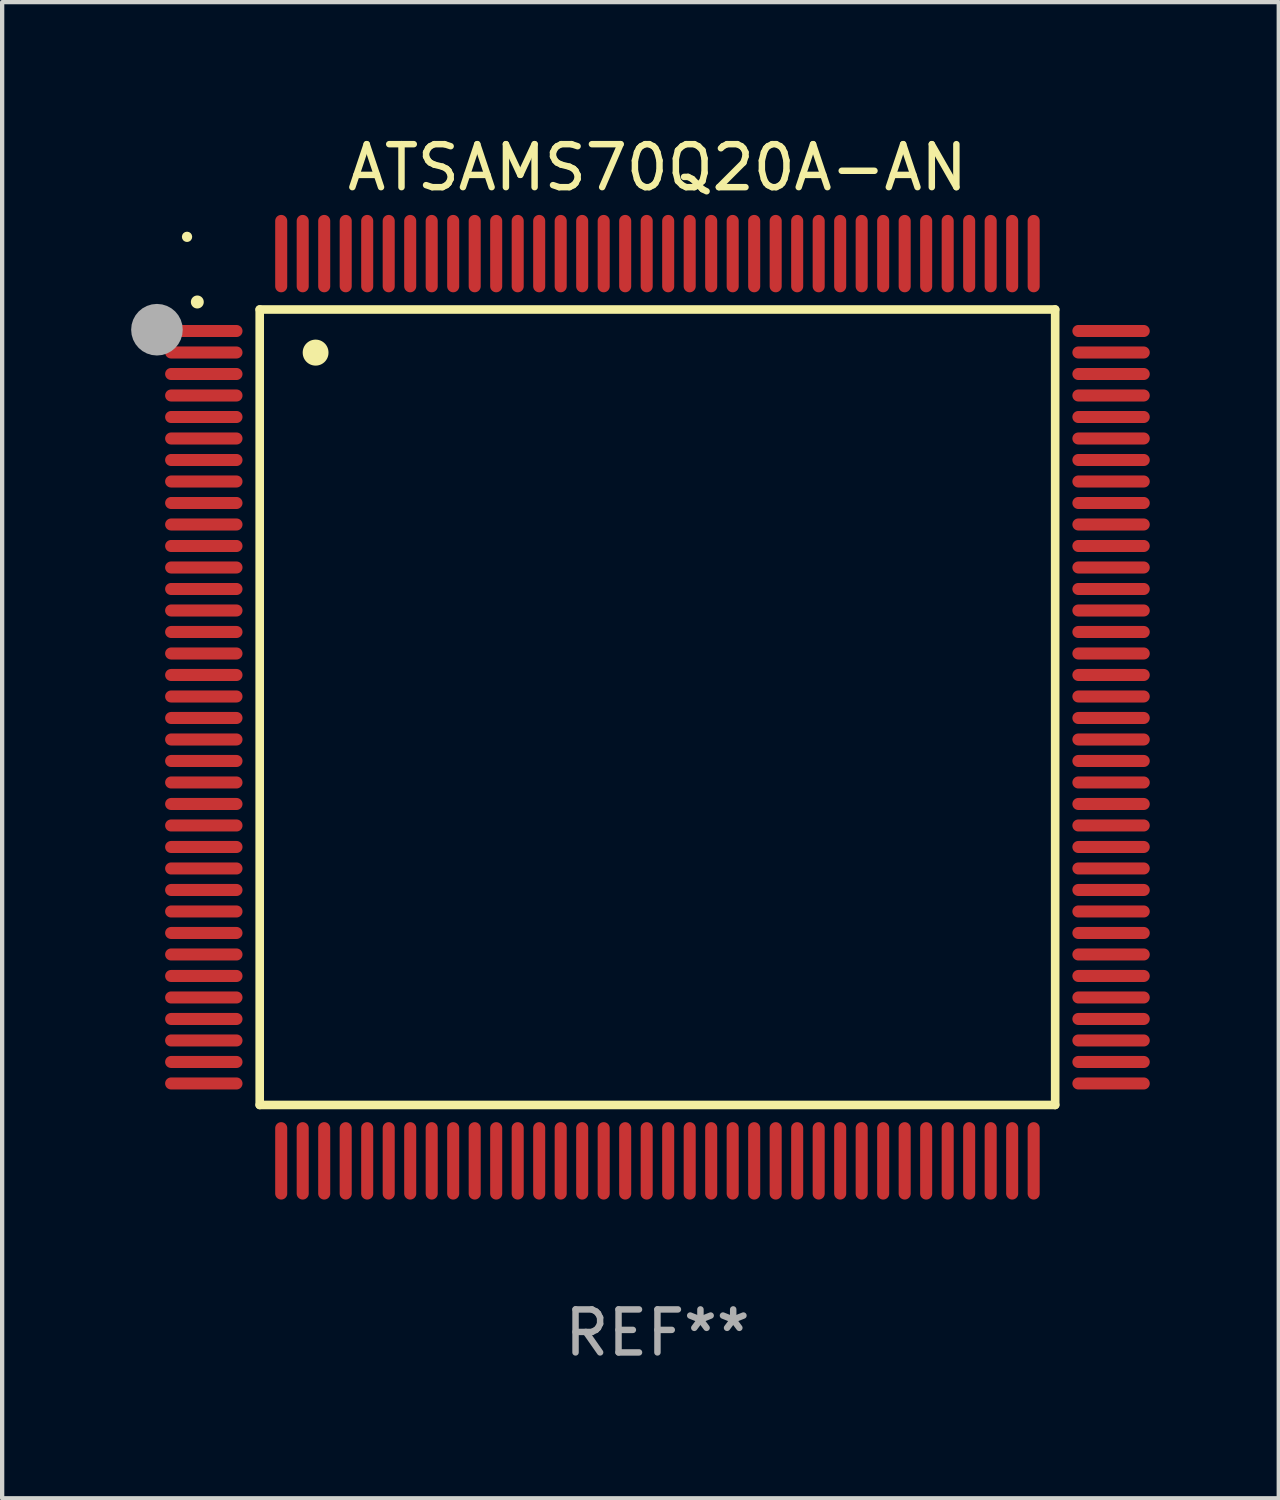
<source format=kicad_pcb>
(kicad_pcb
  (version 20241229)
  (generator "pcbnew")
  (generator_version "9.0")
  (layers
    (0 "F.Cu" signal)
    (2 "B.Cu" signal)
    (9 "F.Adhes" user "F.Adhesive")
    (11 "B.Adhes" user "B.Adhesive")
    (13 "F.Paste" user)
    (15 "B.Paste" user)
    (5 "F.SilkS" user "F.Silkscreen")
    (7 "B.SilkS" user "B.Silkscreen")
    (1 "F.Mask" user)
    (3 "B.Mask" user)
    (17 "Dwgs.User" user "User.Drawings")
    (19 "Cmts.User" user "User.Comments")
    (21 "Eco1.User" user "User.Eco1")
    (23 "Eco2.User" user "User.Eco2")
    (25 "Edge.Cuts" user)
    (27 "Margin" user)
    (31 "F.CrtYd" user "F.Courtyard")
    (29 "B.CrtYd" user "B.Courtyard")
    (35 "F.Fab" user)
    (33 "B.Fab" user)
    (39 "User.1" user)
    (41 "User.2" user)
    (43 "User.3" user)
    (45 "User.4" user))
  (footprint "ATSAMS70Q20A-AN"
    (layer "F.Cu")
    (at 12.24 13.398)
    (property "Reference" "ATSAMS70Q20A-AN" (at 0 -12.55 0) (layer "F.SilkS") (effects (font (size 1 1) (thickness 0.15))))
    (attr through_hole)
    (fp_line (start -9.25 -9.25) (end 9.25 -9.25) (stroke (width 0.2) (type solid)) (layer "F.SilkS"))
    (fp_line (start -9.25 9.25) (end -9.25 -9.25) (stroke (width 0.2) (type solid)) (layer "F.SilkS"))
    (fp_line (start 9.25 -9.25) (end 9.25 9.25) (stroke (width 0.2) (type solid)) (layer "F.SilkS"))
    (fp_line (start 9.25 9.25) (end -9.25 9.25) (stroke (width 0.2) (type solid)) (layer "F.SilkS"))
    (fp_arc (start -10.701041 -9.423419) (mid -10.701046 -9.424689) (end -10.701041 -9.425959) (stroke (width 0.3) (type solid)) (layer "F.SilkS"))
    (fp_arc (start -7.950216 -8.244856) (mid -7.950227 -8.247396) (end -7.950216 -8.249936) (stroke (width 0.6) (type solid)) (layer "F.SilkS"))
    (fp_circle (center -10.94 -10.94) (end -10.88 -10.94) (stroke (width 0.12) (type solid)) (fill no) (layer "F.SilkS"))
    (fp_circle (center -11.64 -8.78) (end -11.34 -8.78) (stroke (width 0.6) (type solid)) (fill no) (layer "F.Fab"))
    (fp_text user "REF**" (at 0 14.55 0) (layer "F.Fab") (effects (font (size 1 1) (thickness 0.15))))
    (pad "1" smd oval (at -10.55 -8.75 90) (size 0.28 1.8) (layers "F.Cu" "F.Mask" "F.Paste"))
    (pad "2" smd oval (at -10.55 -8.25 90) (size 0.28 1.8) (layers "F.Cu" "F.Mask" "F.Paste"))
    (pad "3" smd oval (at -10.55 -7.75 90) (size 0.28 1.8) (layers "F.Cu" "F.Mask" "F.Paste"))
    (pad "4" smd oval (at -10.55 -7.25 90) (size 0.28 1.8) (layers "F.Cu" "F.Mask" "F.Paste"))
    (pad "5" smd oval (at -10.55 -6.75 90) (size 0.28 1.8) (layers "F.Cu" "F.Mask" "F.Paste"))
    (pad "6" smd oval (at -10.55 -6.25 90) (size 0.28 1.8) (layers "F.Cu" "F.Mask" "F.Paste"))
    (pad "7" smd oval (at -10.55 -5.75 90) (size 0.28 1.8) (layers "F.Cu" "F.Mask" "F.Paste"))
    (pad "8" smd oval (at -10.55 -5.25 90) (size 0.28 1.8) (layers "F.Cu" "F.Mask" "F.Paste"))
    (pad "9" smd oval (at -10.55 -4.75 90) (size 0.28 1.8) (layers "F.Cu" "F.Mask" "F.Paste"))
    (pad "10" smd oval (at -10.55 -4.25 90) (size 0.28 1.8) (layers "F.Cu" "F.Mask" "F.Paste"))
    (pad "11" smd oval (at -10.55 -3.75 90) (size 0.28 1.8) (layers "F.Cu" "F.Mask" "F.Paste"))
    (pad "12" smd oval (at -10.55 -3.25 90) (size 0.28 1.8) (layers "F.Cu" "F.Mask" "F.Paste"))
    (pad "13" smd oval (at -10.55 -2.75 90) (size 0.28 1.8) (layers "F.Cu" "F.Mask" "F.Paste"))
    (pad "14" smd oval (at -10.55 -2.25 90) (size 0.28 1.8) (layers "F.Cu" "F.Mask" "F.Paste"))
    (pad "15" smd oval (at -10.55 -1.75 90) (size 0.28 1.8) (layers "F.Cu" "F.Mask" "F.Paste"))
    (pad "16" smd oval (at -10.55 -1.25 90) (size 0.28 1.8) (layers "F.Cu" "F.Mask" "F.Paste"))
    (pad "17" smd oval (at -10.55 -0.75 90) (size 0.28 1.8) (layers "F.Cu" "F.Mask" "F.Paste"))
    (pad "18" smd oval (at -10.55 -0.25 90) (size 0.28 1.8) (layers "F.Cu" "F.Mask" "F.Paste"))
    (pad "19" smd oval (at -10.55 0.25 90) (size 0.28 1.8) (layers "F.Cu" "F.Mask" "F.Paste"))
    (pad "20" smd oval (at -10.55 0.75 90) (size 0.28 1.8) (layers "F.Cu" "F.Mask" "F.Paste"))
    (pad "21" smd oval (at -10.55 1.25 90) (size 0.28 1.8) (layers "F.Cu" "F.Mask" "F.Paste"))
    (pad "22" smd oval (at -10.55 1.75 90) (size 0.28 1.8) (layers "F.Cu" "F.Mask" "F.Paste"))
    (pad "23" smd oval (at -10.55 2.25 90) (size 0.28 1.8) (layers "F.Cu" "F.Mask" "F.Paste"))
    (pad "24" smd oval (at -10.55 2.75 90) (size 0.28 1.8) (layers "F.Cu" "F.Mask" "F.Paste"))
    (pad "25" smd oval (at -10.55 3.25 90) (size 0.28 1.8) (layers "F.Cu" "F.Mask" "F.Paste"))
    (pad "26" smd oval (at -10.55 3.75 90) (size 0.28 1.8) (layers "F.Cu" "F.Mask" "F.Paste"))
    (pad "27" smd oval (at -10.55 4.25 90) (size 0.28 1.8) (layers "F.Cu" "F.Mask" "F.Paste"))
    (pad "28" smd oval (at -10.55 4.75 90) (size 0.28 1.8) (layers "F.Cu" "F.Mask" "F.Paste"))
    (pad "29" smd oval (at -10.55 5.25 90) (size 0.28 1.8) (layers "F.Cu" "F.Mask" "F.Paste"))
    (pad "30" smd oval (at -10.55 5.75 90) (size 0.28 1.8) (layers "F.Cu" "F.Mask" "F.Paste"))
    (pad "31" smd oval (at -10.55 6.25 90) (size 0.28 1.8) (layers "F.Cu" "F.Mask" "F.Paste"))
    (pad "32" smd oval (at -10.55 6.75 90) (size 0.28 1.8) (layers "F.Cu" "F.Mask" "F.Paste"))
    (pad "33" smd oval (at -10.55 7.25 90) (size 0.28 1.8) (layers "F.Cu" "F.Mask" "F.Paste"))
    (pad "34" smd oval (at -10.55 7.75 90) (size 0.28 1.8) (layers "F.Cu" "F.Mask" "F.Paste"))
    (pad "35" smd oval (at -10.55 8.25 90) (size 0.28 1.8) (layers "F.Cu" "F.Mask" "F.Paste"))
    (pad "36" smd oval (at -10.55 8.75 90) (size 0.28 1.8) (layers "F.Cu" "F.Mask" "F.Paste"))
    (pad "37" smd oval (at -8.75 10.55) (size 0.28 1.8) (layers "F.Cu" "F.Mask" "F.Paste"))
    (pad "38" smd oval (at -8.25 10.55) (size 0.28 1.8) (layers "F.Cu" "F.Mask" "F.Paste"))
    (pad "39" smd oval (at -7.75 10.55) (size 0.28 1.8) (layers "F.Cu" "F.Mask" "F.Paste"))
    (pad "40" smd oval (at -7.25 10.55) (size 0.28 1.8) (layers "F.Cu" "F.Mask" "F.Paste"))
    (pad "41" smd oval (at -6.75 10.55) (size 0.28 1.8) (layers "F.Cu" "F.Mask" "F.Paste"))
    (pad "42" smd oval (at -6.25 10.55) (size 0.28 1.8) (layers "F.Cu" "F.Mask" "F.Paste"))
    (pad "43" smd oval (at -5.75 10.55) (size 0.28 1.8) (layers "F.Cu" "F.Mask" "F.Paste"))
    (pad "44" smd oval (at -5.25 10.55) (size 0.28 1.8) (layers "F.Cu" "F.Mask" "F.Paste"))
    (pad "45" smd oval (at -4.75 10.55) (size 0.28 1.8) (layers "F.Cu" "F.Mask" "F.Paste"))
    (pad "46" smd oval (at -4.25 10.55) (size 0.28 1.8) (layers "F.Cu" "F.Mask" "F.Paste"))
    (pad "47" smd oval (at -3.75 10.55) (size 0.28 1.8) (layers "F.Cu" "F.Mask" "F.Paste"))
    (pad "48" smd oval (at -3.25 10.55) (size 0.28 1.8) (layers "F.Cu" "F.Mask" "F.Paste"))
    (pad "49" smd oval (at -2.75 10.55) (size 0.28 1.8) (layers "F.Cu" "F.Mask" "F.Paste"))
    (pad "50" smd oval (at -2.25 10.55) (size 0.28 1.8) (layers "F.Cu" "F.Mask" "F.Paste"))
    (pad "51" smd oval (at -1.75 10.55) (size 0.28 1.8) (layers "F.Cu" "F.Mask" "F.Paste"))
    (pad "52" smd oval (at -1.25 10.55) (size 0.28 1.8) (layers "F.Cu" "F.Mask" "F.Paste"))
    (pad "53" smd oval (at -0.75 10.55) (size 0.28 1.8) (layers "F.Cu" "F.Mask" "F.Paste"))
    (pad "54" smd oval (at -0.25 10.55) (size 0.28 1.8) (layers "F.Cu" "F.Mask" "F.Paste"))
    (pad "55" smd oval (at 0.25 10.55) (size 0.28 1.8) (layers "F.Cu" "F.Mask" "F.Paste"))
    (pad "56" smd oval (at 0.75 10.55) (size 0.28 1.8) (layers "F.Cu" "F.Mask" "F.Paste"))
    (pad "57" smd oval (at 1.25 10.55) (size 0.28 1.8) (layers "F.Cu" "F.Mask" "F.Paste"))
    (pad "58" smd oval (at 1.75 10.55) (size 0.28 1.8) (layers "F.Cu" "F.Mask" "F.Paste"))
    (pad "59" smd oval (at 2.25 10.55) (size 0.28 1.8) (layers "F.Cu" "F.Mask" "F.Paste"))
    (pad "60" smd oval (at 2.75 10.55) (size 0.28 1.8) (layers "F.Cu" "F.Mask" "F.Paste"))
    (pad "61" smd oval (at 3.25 10.55) (size 0.28 1.8) (layers "F.Cu" "F.Mask" "F.Paste"))
    (pad "62" smd oval (at 3.75 10.55) (size 0.28 1.8) (layers "F.Cu" "F.Mask" "F.Paste"))
    (pad "63" smd oval (at 4.25 10.55) (size 0.28 1.8) (layers "F.Cu" "F.Mask" "F.Paste"))
    (pad "64" smd oval (at 4.75 10.55) (size 0.28 1.8) (layers "F.Cu" "F.Mask" "F.Paste"))
    (pad "65" smd oval (at 5.25 10.55) (size 0.28 1.8) (layers "F.Cu" "F.Mask" "F.Paste"))
    (pad "66" smd oval (at 5.75 10.55) (size 0.28 1.8) (layers "F.Cu" "F.Mask" "F.Paste"))
    (pad "67" smd oval (at 6.25 10.55) (size 0.28 1.8) (layers "F.Cu" "F.Mask" "F.Paste"))
    (pad "68" smd oval (at 6.75 10.55) (size 0.28 1.8) (layers "F.Cu" "F.Mask" "F.Paste"))
    (pad "69" smd oval (at 7.25 10.55) (size 0.28 1.8) (layers "F.Cu" "F.Mask" "F.Paste"))
    (pad "70" smd oval (at 7.75 10.55) (size 0.28 1.8) (layers "F.Cu" "F.Mask" "F.Paste"))
    (pad "71" smd oval (at 8.25 10.55) (size 0.28 1.8) (layers "F.Cu" "F.Mask" "F.Paste"))
    (pad "72" smd oval (at 8.75 10.55) (size 0.28 1.8) (layers "F.Cu" "F.Mask" "F.Paste"))
    (pad "73" smd oval (at 10.55 8.75 90) (size 0.28 1.8) (layers "F.Cu" "F.Mask" "F.Paste"))
    (pad "74" smd oval (at 10.55 8.25 90) (size 0.28 1.8) (layers "F.Cu" "F.Mask" "F.Paste"))
    (pad "75" smd oval (at 10.55 7.75 90) (size 0.28 1.8) (layers "F.Cu" "F.Mask" "F.Paste"))
    (pad "76" smd oval (at 10.55 7.25 90) (size 0.28 1.8) (layers "F.Cu" "F.Mask" "F.Paste"))
    (pad "77" smd oval (at 10.55 6.75 90) (size 0.28 1.8) (layers "F.Cu" "F.Mask" "F.Paste"))
    (pad "78" smd oval (at 10.55 6.25 90) (size 0.28 1.8) (layers "F.Cu" "F.Mask" "F.Paste"))
    (pad "79" smd oval (at 10.55 5.75 90) (size 0.28 1.8) (layers "F.Cu" "F.Mask" "F.Paste"))
    (pad "80" smd oval (at 10.55 5.25 90) (size 0.28 1.8) (layers "F.Cu" "F.Mask" "F.Paste"))
    (pad "81" smd oval (at 10.55 4.75 90) (size 0.28 1.8) (layers "F.Cu" "F.Mask" "F.Paste"))
    (pad "82" smd oval (at 10.55 4.25 90) (size 0.28 1.8) (layers "F.Cu" "F.Mask" "F.Paste"))
    (pad "83" smd oval (at 10.55 3.75 90) (size 0.28 1.8) (layers "F.Cu" "F.Mask" "F.Paste"))
    (pad "84" smd oval (at 10.55 3.25 90) (size 0.28 1.8) (layers "F.Cu" "F.Mask" "F.Paste"))
    (pad "85" smd oval (at 10.55 2.75 90) (size 0.28 1.8) (layers "F.Cu" "F.Mask" "F.Paste"))
    (pad "86" smd oval (at 10.55 2.25 90) (size 0.28 1.8) (layers "F.Cu" "F.Mask" "F.Paste"))
    (pad "87" smd oval (at 10.55 1.75 90) (size 0.28 1.8) (layers "F.Cu" "F.Mask" "F.Paste"))
    (pad "88" smd oval (at 10.55 1.25 90) (size 0.28 1.8) (layers "F.Cu" "F.Mask" "F.Paste"))
    (pad "89" smd oval (at 10.55 0.75 90) (size 0.28 1.8) (layers "F.Cu" "F.Mask" "F.Paste"))
    (pad "90" smd oval (at 10.55 0.25 90) (size 0.28 1.8) (layers "F.Cu" "F.Mask" "F.Paste"))
    (pad "91" smd oval (at 10.55 -0.25 90) (size 0.28 1.8) (layers "F.Cu" "F.Mask" "F.Paste"))
    (pad "92" smd oval (at 10.55 -0.75 90) (size 0.28 1.8) (layers "F.Cu" "F.Mask" "F.Paste"))
    (pad "93" smd oval (at 10.55 -1.25 90) (size 0.28 1.8) (layers "F.Cu" "F.Mask" "F.Paste"))
    (pad "94" smd oval (at 10.55 -1.75 90) (size 0.28 1.8) (layers "F.Cu" "F.Mask" "F.Paste"))
    (pad "95" smd oval (at 10.55 -2.25 90) (size 0.28 1.8) (layers "F.Cu" "F.Mask" "F.Paste"))
    (pad "96" smd oval (at 10.55 -2.75 90) (size 0.28 1.8) (layers "F.Cu" "F.Mask" "F.Paste"))
    (pad "97" smd oval (at 10.55 -3.25 90) (size 0.28 1.8) (layers "F.Cu" "F.Mask" "F.Paste"))
    (pad "98" smd oval (at 10.55 -3.75 90) (size 0.28 1.8) (layers "F.Cu" "F.Mask" "F.Paste"))
    (pad "99" smd oval (at 10.55 -4.25 90) (size 0.28 1.8) (layers "F.Cu" "F.Mask" "F.Paste"))
    (pad "100" smd oval (at 10.55 -4.75 90) (size 0.28 1.8) (layers "F.Cu" "F.Mask" "F.Paste"))
    (pad "101" smd oval (at 10.55 -5.25 90) (size 0.28 1.8) (layers "F.Cu" "F.Mask" "F.Paste"))
    (pad "102" smd oval (at 10.55 -5.75 90) (size 0.28 1.8) (layers "F.Cu" "F.Mask" "F.Paste"))
    (pad "103" smd oval (at 10.55 -6.25 90) (size 0.28 1.8) (layers "F.Cu" "F.Mask" "F.Paste"))
    (pad "104" smd oval (at 10.55 -6.75 90) (size 0.28 1.8) (layers "F.Cu" "F.Mask" "F.Paste"))
    (pad "105" smd oval (at 10.55 -7.25 90) (size 0.28 1.8) (layers "F.Cu" "F.Mask" "F.Paste"))
    (pad "106" smd oval (at 10.55 -7.75 90) (size 0.28 1.8) (layers "F.Cu" "F.Mask" "F.Paste"))
    (pad "107" smd oval (at 10.55 -8.25 90) (size 0.28 1.8) (layers "F.Cu" "F.Mask" "F.Paste"))
    (pad "108" smd oval (at 10.55 -8.75 90) (size 0.28 1.8) (layers "F.Cu" "F.Mask" "F.Paste"))
    (pad "109" smd oval (at 8.75 -10.55) (size 0.28 1.8) (layers "F.Cu" "F.Mask" "F.Paste"))
    (pad "110" smd oval (at 8.25 -10.55) (size 0.28 1.8) (layers "F.Cu" "F.Mask" "F.Paste"))
    (pad "111" smd oval (at 7.75 -10.55) (size 0.28 1.8) (layers "F.Cu" "F.Mask" "F.Paste"))
    (pad "112" smd oval (at 7.25 -10.55) (size 0.28 1.8) (layers "F.Cu" "F.Mask" "F.Paste"))
    (pad "113" smd oval (at 6.75 -10.55) (size 0.28 1.8) (layers "F.Cu" "F.Mask" "F.Paste"))
    (pad "114" smd oval (at 6.25 -10.55) (size 0.28 1.8) (layers "F.Cu" "F.Mask" "F.Paste"))
    (pad "115" smd oval (at 5.75 -10.55) (size 0.28 1.8) (layers "F.Cu" "F.Mask" "F.Paste"))
    (pad "116" smd oval (at 5.25 -10.55) (size 0.28 1.8) (layers "F.Cu" "F.Mask" "F.Paste"))
    (pad "117" smd oval (at 4.75 -10.55) (size 0.28 1.8) (layers "F.Cu" "F.Mask" "F.Paste"))
    (pad "118" smd oval (at 4.25 -10.55) (size 0.28 1.8) (layers "F.Cu" "F.Mask" "F.Paste"))
    (pad "119" smd oval (at 3.75 -10.55) (size 0.28 1.8) (layers "F.Cu" "F.Mask" "F.Paste"))
    (pad "120" smd oval (at 3.25 -10.55) (size 0.28 1.8) (layers "F.Cu" "F.Mask" "F.Paste"))
    (pad "121" smd oval (at 2.75 -10.55) (size 0.28 1.8) (layers "F.Cu" "F.Mask" "F.Paste"))
    (pad "122" smd oval (at 2.25 -10.55) (size 0.28 1.8) (layers "F.Cu" "F.Mask" "F.Paste"))
    (pad "123" smd oval (at 1.75 -10.55) (size 0.28 1.8) (layers "F.Cu" "F.Mask" "F.Paste"))
    (pad "124" smd oval (at 1.25 -10.55) (size 0.28 1.8) (layers "F.Cu" "F.Mask" "F.Paste"))
    (pad "125" smd oval (at 0.75 -10.55) (size 0.28 1.8) (layers "F.Cu" "F.Mask" "F.Paste"))
    (pad "126" smd oval (at 0.25 -10.55) (size 0.28 1.8) (layers "F.Cu" "F.Mask" "F.Paste"))
    (pad "127" smd oval (at -0.25 -10.55) (size 0.28 1.8) (layers "F.Cu" "F.Mask" "F.Paste"))
    (pad "128" smd oval (at -0.75 -10.55) (size 0.28 1.8) (layers "F.Cu" "F.Mask" "F.Paste"))
    (pad "129" smd oval (at -1.25 -10.55) (size 0.28 1.8) (layers "F.Cu" "F.Mask" "F.Paste"))
    (pad "130" smd oval (at -1.75 -10.55) (size 0.28 1.8) (layers "F.Cu" "F.Mask" "F.Paste"))
    (pad "131" smd oval (at -2.25 -10.55) (size 0.28 1.8) (layers "F.Cu" "F.Mask" "F.Paste"))
    (pad "132" smd oval (at -2.75 -10.55) (size 0.28 1.8) (layers "F.Cu" "F.Mask" "F.Paste"))
    (pad "133" smd oval (at -3.25 -10.55) (size 0.28 1.8) (layers "F.Cu" "F.Mask" "F.Paste"))
    (pad "134" smd oval (at -3.75 -10.55) (size 0.28 1.8) (layers "F.Cu" "F.Mask" "F.Paste"))
    (pad "135" smd oval (at -4.25 -10.55) (size 0.28 1.8) (layers "F.Cu" "F.Mask" "F.Paste"))
    (pad "136" smd oval (at -4.75 -10.55) (size 0.28 1.8) (layers "F.Cu" "F.Mask" "F.Paste"))
    (pad "137" smd oval (at -5.25 -10.55) (size 0.28 1.8) (layers "F.Cu" "F.Mask" "F.Paste"))
    (pad "138" smd oval (at -5.75 -10.55) (size 0.28 1.8) (layers "F.Cu" "F.Mask" "F.Paste"))
    (pad "139" smd oval (at -6.25 -10.55) (size 0.28 1.8) (layers "F.Cu" "F.Mask" "F.Paste"))
    (pad "140" smd oval (at -6.75 -10.55) (size 0.28 1.8) (layers "F.Cu" "F.Mask" "F.Paste"))
    (pad "141" smd oval (at -7.25 -10.55) (size 0.28 1.8) (layers "F.Cu" "F.Mask" "F.Paste"))
    (pad "142" smd oval (at -7.75 -10.55) (size 0.28 1.8) (layers "F.Cu" "F.Mask" "F.Paste"))
    (pad "143" smd oval (at -8.25 -10.55) (size 0.28 1.8) (layers "F.Cu" "F.Mask" "F.Paste"))
    (pad "144" smd oval (at -8.75 -10.55) (size 0.28 1.8) (layers "F.Cu" "F.Mask" "F.Paste")))
  (gr_rect
    (start -3 -3)
    (end 26.69 31.796)
    (stroke (width 0.1) (type default))
    (fill no)
    (layer "Edge.Cuts")))
</source>
